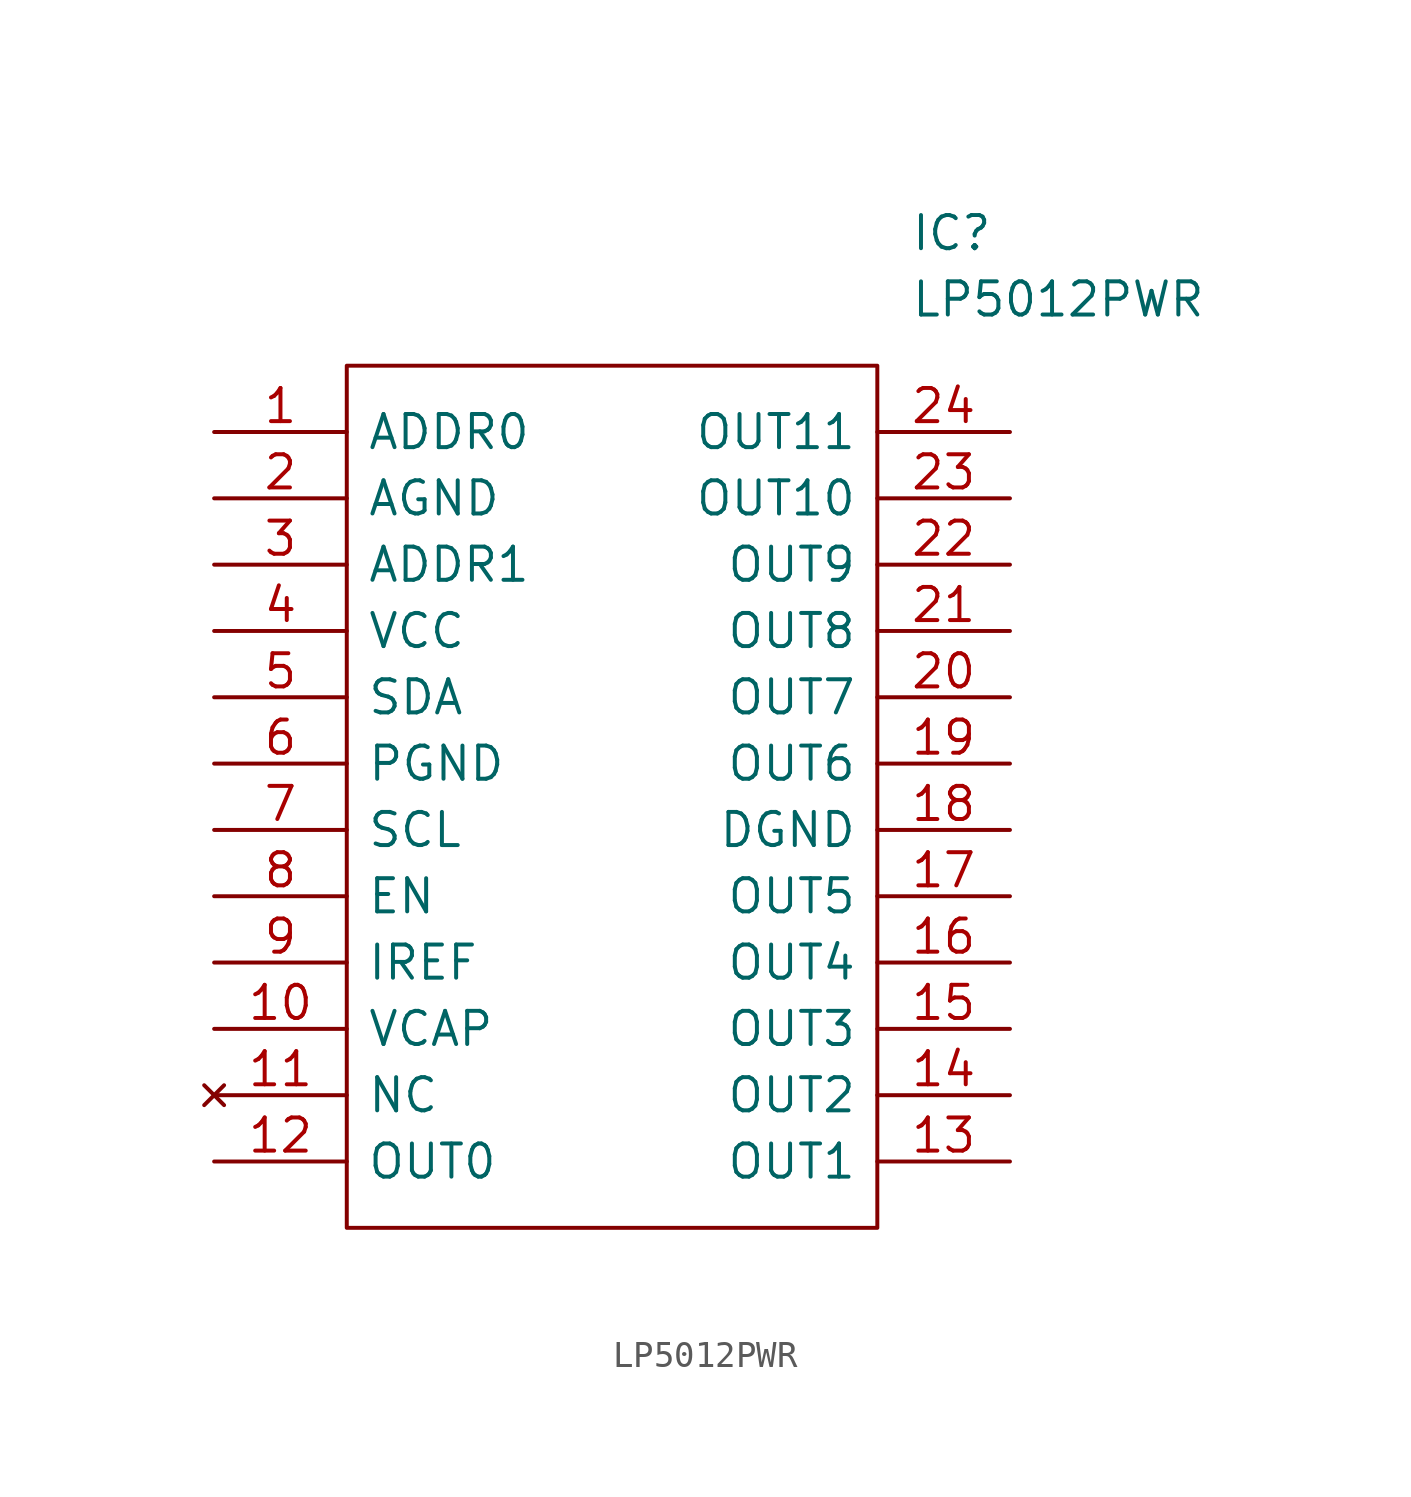
<source format=kicad_sym>
(kicad_symbol_lib
  (version 20211014)
  (generator kicad_symbol_editor)
  (symbol "LP5012PWR"
    (pin_names
      (offset 0.762))
    (property "Reference" "IC"
      (at 26.67 7.62 0)
      (effects (font (size 1.27 1.27)) (justify left)))
    (property "Value" "LP5012PWR"
      (at 26.67 5.08 0)
      (effects (font (size 1.27 1.27)) (justify left)))
    (symbol "LP5012PWR_0_0"
      (pin passive line (at 0 0 0) (length 5.08) (name "ADDR0" (effects (font (size 1.27 1.27)))) (number "1" (effects (font (size 1.27 1.27)))))
      (pin passive line (at 0 -22.86 0) (length 5.08) (name "VCAP" (effects (font (size 1.27 1.27)))) (number "10" (effects (font (size 1.27 1.27)))))
      (pin no_connect line (at 0 -25.4 0) (length 5.08) (name "NC" (effects (font (size 1.27 1.27)))) (number "11" (effects (font (size 1.27 1.27)))))
      (pin passive line (at 0 -27.94 0) (length 5.08) (name "OUT0" (effects (font (size 1.27 1.27)))) (number "12" (effects (font (size 1.27 1.27)))))
      (pin passive line (at 30.48 -27.94 180) (length 5.08) (name "OUT1" (effects (font (size 1.27 1.27)))) (number "13" (effects (font (size 1.27 1.27)))))
      (pin passive line (at 30.48 -25.4 180) (length 5.08) (name "OUT2" (effects (font (size 1.27 1.27)))) (number "14" (effects (font (size 1.27 1.27)))))
      (pin passive line (at 30.48 -22.86 180) (length 5.08) (name "OUT3" (effects (font (size 1.27 1.27)))) (number "15" (effects (font (size 1.27 1.27)))))
      (pin passive line (at 30.48 -20.32 180) (length 5.08) (name "OUT4" (effects (font (size 1.27 1.27)))) (number "16" (effects (font (size 1.27 1.27)))))
      (pin passive line (at 30.48 -17.78 180) (length 5.08) (name "OUT5" (effects (font (size 1.27 1.27)))) (number "17" (effects (font (size 1.27 1.27)))))
      (pin passive line (at 30.48 -15.24 180) (length 5.08) (name "DGND" (effects (font (size 1.27 1.27)))) (number "18" (effects (font (size 1.27 1.27)))))
      (pin passive line (at 30.48 -12.7 180) (length 5.08) (name "OUT6" (effects (font (size 1.27 1.27)))) (number "19" (effects (font (size 1.27 1.27)))))
      (pin passive line (at 0 -2.54 0) (length 5.08) (name "AGND" (effects (font (size 1.27 1.27)))) (number "2" (effects (font (size 1.27 1.27)))))
      (pin passive line (at 30.48 -10.16 180) (length 5.08) (name "OUT7" (effects (font (size 1.27 1.27)))) (number "20" (effects (font (size 1.27 1.27)))))
      (pin passive line (at 30.48 -7.62 180) (length 5.08) (name "OUT8" (effects (font (size 1.27 1.27)))) (number "21" (effects (font (size 1.27 1.27)))))
      (pin passive line (at 30.48 -5.08 180) (length 5.08) (name "OUT9" (effects (font (size 1.27 1.27)))) (number "22" (effects (font (size 1.27 1.27)))))
      (pin passive line (at 30.48 -2.54 180) (length 5.08) (name "OUT10" (effects (font (size 1.27 1.27)))) (number "23" (effects (font (size 1.27 1.27)))))
      (pin passive line (at 30.48 0 180) (length 5.08) (name "OUT11" (effects (font (size 1.27 1.27)))) (number "24" (effects (font (size 1.27 1.27)))))
      (pin passive line (at 0 -5.08 0) (length 5.08) (name "ADDR1" (effects (font (size 1.27 1.27)))) (number "3" (effects (font (size 1.27 1.27)))))
      (pin passive line (at 0 -7.62 0) (length 5.08) (name "VCC" (effects (font (size 1.27 1.27)))) (number "4" (effects (font (size 1.27 1.27)))))
      (pin passive line (at 0 -10.16 0) (length 5.08) (name "SDA" (effects (font (size 1.27 1.27)))) (number "5" (effects (font (size 1.27 1.27)))))
      (pin passive line (at 0 -12.7 0) (length 5.08) (name "PGND" (effects (font (size 1.27 1.27)))) (number "6" (effects (font (size 1.27 1.27)))))
      (pin passive line (at 0 -15.24 0) (length 5.08) (name "SCL" (effects (font (size 1.27 1.27)))) (number "7" (effects (font (size 1.27 1.27)))))
      (pin passive line (at 0 -17.78 0) (length 5.08) (name "EN" (effects (font (size 1.27 1.27)))) (number "8" (effects (font (size 1.27 1.27)))))
      (pin passive line (at 0 -20.32 0) (length 5.08) (name "IREF" (effects (font (size 1.27 1.27)))) (number "9" (effects (font (size 1.27 1.27))))))
    (symbol "LP5012PWR_0_1"
      (polyline (pts (xy 5.08 2.54) (xy 25.4 2.54) (xy 25.4 -30.48) (xy 5.08 -30.48) (xy 5.08 2.54)) (stroke (width 0.152) (type default) (color 0 0 0 0)) (fill (type none))))))
</source>
